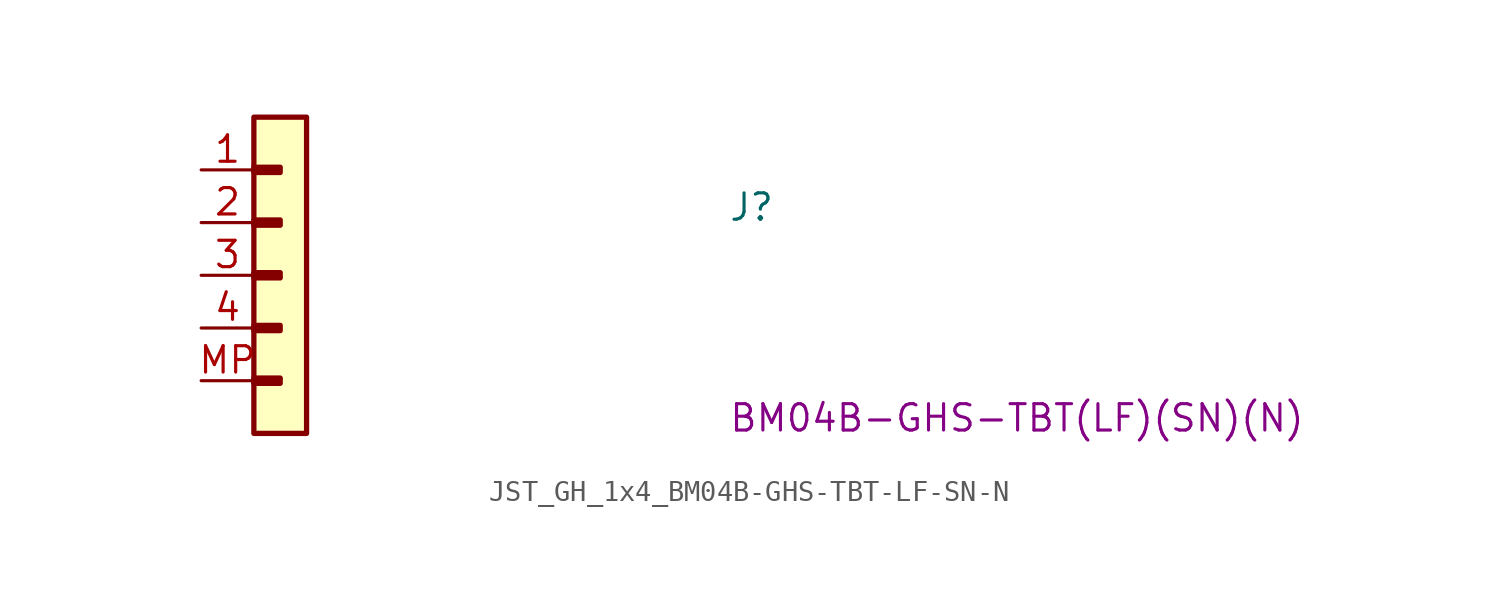
<source format=kicad_sym>
(kicad_symbol_lib
  (version 20220914)
  (generator kicad_symbol_editor)
  (symbol "JST_GH_1x4_BM04B-GHS-TBT-LF-SN-N"
    (property "Reference" "J"
      (at 25.4 -2.54 0)
      (effects (font (size 1.27 1.27) (thickness 0.15)) (justify left bottom)))
    (property "MPN" "BM04B-GHS-TBT(LF)(SN)(N)"
      (at 25.4 -12.7 0)
      (effects (font (size 1.27 1.27) (thickness 0.15)) (justify left bottom)))
    (symbol "JST_GH_1x4_BM04B-GHS-TBT-LF-SN-N_1_1"
      (rectangle (start 2.54 -10.033) (end 3.81 -10.287) (stroke (width 0.254) (type default)) (fill (type background)))
      (rectangle (start 2.54 -7.493) (end 3.81 -7.747) (stroke (width 0.254) (type default)) (fill (type background)))
      (rectangle (start 2.54 -4.953) (end 3.81 -5.207) (stroke (width 0.254) (type default)) (fill (type background)))
      (rectangle (start 2.54 -2.413) (end 3.81 -2.667) (stroke (width 0.254) (type default)) (fill (type background)))
      (rectangle (start 2.54 0.127) (end 3.81 -0.127) (stroke (width 0.254) (type default)) (fill (type background)))
      (rectangle (start 2.54 2.54) (end 5.08 -12.7) (stroke (width 0.254) (type default)) (fill (type background)))
      (pin passive line (at 0 0 0) (length 2.54) (name "~" (effects (font (size 1.27 1.27)))) (number "1" (effects (font (size 1.27 1.27)))))
      (pin passive line (at 0 -2.54 0) (length 2.54) (name "~" (effects (font (size 1.27 1.27)))) (number "2" (effects (font (size 1.27 1.27)))))
      (pin passive line (at 0 -5.08 0) (length 2.54) (name "~" (effects (font (size 1.27 1.27)))) (number "3" (effects (font (size 1.27 1.27)))))
      (pin passive line (at 0 -7.62 0) (length 2.54) (name "~" (effects (font (size 1.27 1.27)))) (number "4" (effects (font (size 1.27 1.27)))))
      (pin passive line (at 0 -10.16 0) (length 2.54) (name "~" (effects (font (size 1.27 1.27)))) (number "MP" (effects (font (size 1.27 1.27))))))))
</source>
